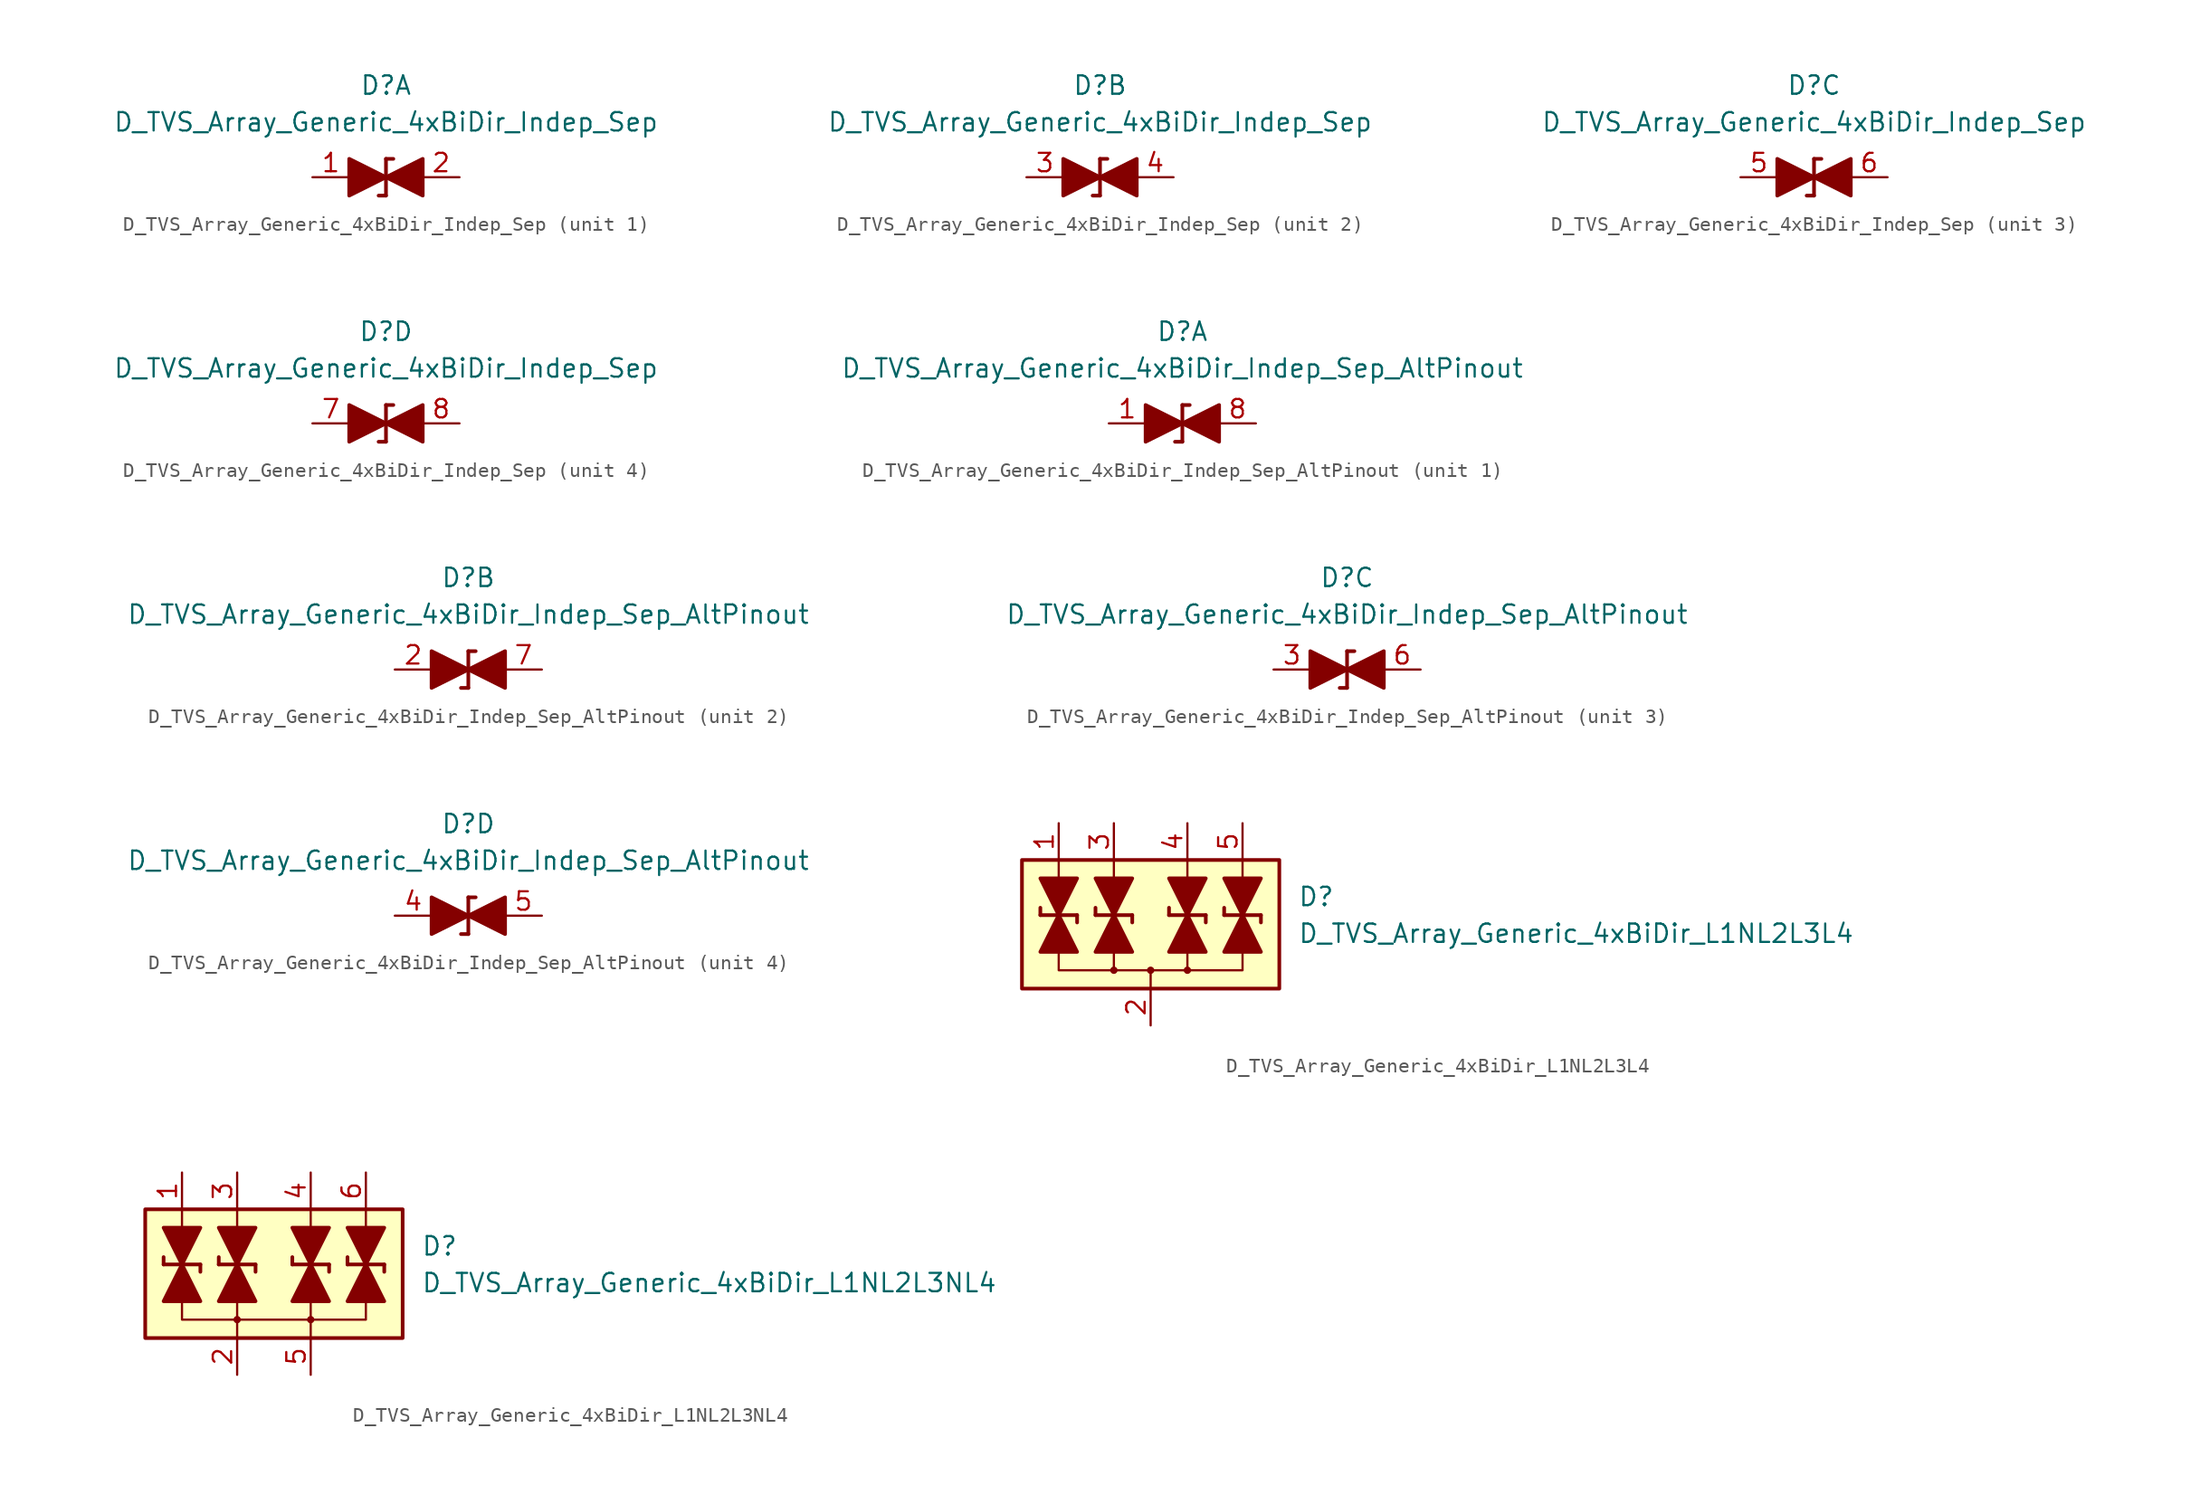
<source format=kicad_sym>
(kicad_symbol_lib
  (version 20211014)
  (generator kicad_symbol_editor)
  (symbol "D_TVS_Array_Generic_4xBiDir_Indep_Sep"
    (pin_names
      (offset 1.016) hide)
    (property "Reference" "D"
      (at 0 6.35 0)
      (effects (font (size 1.27 1.27))))
    (property "Value" "D_TVS_Array_Generic_4xBiDir_Indep_Sep"
      (at 0 3.81 0)
      (effects (font (size 1.27 1.27))))
    (property "ki_locked" ""
      (at 0 0 0)
      (effects (font (size 1.27 1.27))))
    (symbol "D_TVS_Array_Generic_4xBiDir_Indep_Sep_0_1"
      (polyline (pts (xy 0 -1.27) (xy -0.508 -1.27)) (stroke (width 0.254) (type default) (color 0 0 0 0)) (fill (type none)))
      (polyline (pts (xy 0 1.27) (xy 0 -1.27)) (stroke (width 0.254) (type default) (color 0 0 0 0)) (fill (type none)))
      (polyline (pts (xy 0 1.27) (xy 0.508 1.27)) (stroke (width 0.254) (type default) (color 0 0 0 0)) (fill (type none)))
      (polyline (pts (xy 1.27 0) (xy -1.27 0)) (stroke (width 0) (type default) (color 0 0 0 0)) (fill (type none)))
      (polyline (pts (xy 0 0) (xy -2.54 1.27) (xy -2.54 -1.27) (xy 0 0)) (stroke (width 0.254) (type default) (color 0 0 0 0)) (fill (type outline)))
      (polyline (pts (xy 2.54 1.27) (xy 2.54 -1.27) (xy 0 0) (xy 2.54 1.27)) (stroke (width 0.254) (type default) (color 0 0 0 0)) (fill (type outline))))
    (symbol "D_TVS_Array_Generic_4xBiDir_Indep_Sep_1_1"
      (pin passive line (at -5.08 0 0) (length 2.54) (name "K" (effects (font (size 1.27 1.27)))) (number "1" (effects (font (size 1.27 1.27)))))
      (pin passive line (at 5.08 0 180) (length 2.54) (name "A" (effects (font (size 1.27 1.27)))) (number "2" (effects (font (size 1.27 1.27))))))
    (symbol "D_TVS_Array_Generic_4xBiDir_Indep_Sep_2_1"
      (pin passive line (at -5.08 0 0) (length 2.54) (name "K" (effects (font (size 1.27 1.27)))) (number "3" (effects (font (size 1.27 1.27)))))
      (pin passive line (at 5.08 0 180) (length 2.54) (name "A" (effects (font (size 1.27 1.27)))) (number "4" (effects (font (size 1.27 1.27))))))
    (symbol "D_TVS_Array_Generic_4xBiDir_Indep_Sep_3_1"
      (pin passive line (at -5.08 0 0) (length 2.54) (name "K" (effects (font (size 1.27 1.27)))) (number "5" (effects (font (size 1.27 1.27)))))
      (pin passive line (at 5.08 0 180) (length 2.54) (name "A" (effects (font (size 1.27 1.27)))) (number "6" (effects (font (size 1.27 1.27))))))
    (symbol "D_TVS_Array_Generic_4xBiDir_Indep_Sep_4_1"
      (pin passive line (at -5.08 0 0) (length 2.54) (name "K" (effects (font (size 1.27 1.27)))) (number "7" (effects (font (size 1.27 1.27)))))
      (pin passive line (at 5.08 0 180) (length 2.54) (name "A" (effects (font (size 1.27 1.27)))) (number "8" (effects (font (size 1.27 1.27)))))))
  (symbol "D_TVS_Array_Generic_4xBiDir_Indep_Sep_AltPinout"
    (pin_names
      (offset 1.016) hide)
    (property "Reference" "D"
      (at 0 6.35 0)
      (effects (font (size 1.27 1.27))))
    (property "Value" "D_TVS_Array_Generic_4xBiDir_Indep_Sep_AltPinout"
      (at 0 3.81 0)
      (effects (font (size 1.27 1.27))))
    (property "ki_locked" ""
      (at 0 0 0)
      (effects (font (size 1.27 1.27))))
    (symbol "D_TVS_Array_Generic_4xBiDir_Indep_Sep_AltPinout_0_1"
      (polyline (pts (xy 0 -1.27) (xy -0.508 -1.27)) (stroke (width 0.254) (type default) (color 0 0 0 0)) (fill (type none)))
      (polyline (pts (xy 0 1.27) (xy 0 -1.27)) (stroke (width 0.254) (type default) (color 0 0 0 0)) (fill (type none)))
      (polyline (pts (xy 0 1.27) (xy 0.508 1.27)) (stroke (width 0.254) (type default) (color 0 0 0 0)) (fill (type none)))
      (polyline (pts (xy 1.27 0) (xy -1.27 0)) (stroke (width 0) (type default) (color 0 0 0 0)) (fill (type none)))
      (polyline (pts (xy 0 0) (xy -2.54 1.27) (xy -2.54 -1.27) (xy 0 0)) (stroke (width 0.254) (type default) (color 0 0 0 0)) (fill (type outline)))
      (polyline (pts (xy 2.54 1.27) (xy 2.54 -1.27) (xy 0 0) (xy 2.54 1.27)) (stroke (width 0.254) (type default) (color 0 0 0 0)) (fill (type outline))))
    (symbol "D_TVS_Array_Generic_4xBiDir_Indep_Sep_AltPinout_1_1"
      (pin passive line (at -5.08 0 0) (length 2.54) (name "K" (effects (font (size 1.27 1.27)))) (number "1" (effects (font (size 1.27 1.27)))))
      (pin passive line (at 5.08 0 180) (length 2.54) (name "A" (effects (font (size 1.27 1.27)))) (number "8" (effects (font (size 1.27 1.27))))))
    (symbol "D_TVS_Array_Generic_4xBiDir_Indep_Sep_AltPinout_2_1"
      (pin passive line (at -5.08 0 0) (length 2.54) (name "K" (effects (font (size 1.27 1.27)))) (number "2" (effects (font (size 1.27 1.27)))))
      (pin passive line (at 5.08 0 180) (length 2.54) (name "A" (effects (font (size 1.27 1.27)))) (number "7" (effects (font (size 1.27 1.27))))))
    (symbol "D_TVS_Array_Generic_4xBiDir_Indep_Sep_AltPinout_3_1"
      (pin passive line (at -5.08 0 0) (length 2.54) (name "K" (effects (font (size 1.27 1.27)))) (number "3" (effects (font (size 1.27 1.27)))))
      (pin passive line (at 5.08 0 180) (length 2.54) (name "A" (effects (font (size 1.27 1.27)))) (number "6" (effects (font (size 1.27 1.27))))))
    (symbol "D_TVS_Array_Generic_4xBiDir_Indep_Sep_AltPinout_4_1"
      (pin passive line (at -5.08 0 0) (length 2.54) (name "K" (effects (font (size 1.27 1.27)))) (number "4" (effects (font (size 1.27 1.27)))))
      (pin passive line (at 5.08 0 180) (length 2.54) (name "A" (effects (font (size 1.27 1.27)))) (number "5" (effects (font (size 1.27 1.27)))))))
  (symbol "D_TVS_Array_Generic_4xBiDir_L1NL2L3L4"
    (pin_names
      (offset 1.016) hide)
    (property "Reference" "D"
      (at 10.16 1.27 0)
      (effects (font (size 1.27 1.27)) (justify left)))
    (property "Value" "D_TVS_Array_Generic_4xBiDir_L1NL2L3L4"
      (at 10.16 -1.27 0)
      (effects (font (size 1.27 1.27)) (justify left)))
    (symbol "D_TVS_Array_Generic_4xBiDir_L1NL2L3L4_0_1"
      (rectangle (start -8.89 3.81) (end 8.89 -5.08) (stroke (width 0.254) (type default) (color 0 0 0 0)) (fill (type background)))
      (polyline (pts (xy -6.35 2.54) (xy -6.35 1.27)) (stroke (width 0) (type default) (color 0 0 0 0)) (fill (type none)))
      (polyline (pts (xy -6.35 2.54) (xy -6.35 3.81)) (stroke (width 0) (type default) (color 0 0 0 0)) (fill (type none)))
      (polyline (pts (xy -2.54 -2.54) (xy -2.54 -3.81)) (stroke (width 0) (type default) (color 0 0 0 0)) (fill (type none)))
      (polyline (pts (xy -2.54 2.54) (xy -2.54 1.27)) (stroke (width 0) (type default) (color 0 0 0 0)) (fill (type none)))
      (polyline (pts (xy -2.54 2.54) (xy -2.54 3.81)) (stroke (width 0) (type default) (color 0 0 0 0)) (fill (type none)))
      (polyline (pts (xy 0 -3.81) (xy 0 -5.08)) (stroke (width 0) (type default) (color 0 0 0 0)) (fill (type none)))
      (polyline (pts (xy 2.54 -2.54) (xy 2.54 -3.81)) (stroke (width 0) (type default) (color 0 0 0 0)) (fill (type none)))
      (polyline (pts (xy 2.54 2.54) (xy 2.54 1.27)) (stroke (width 0) (type default) (color 0 0 0 0)) (fill (type none)))
      (polyline (pts (xy 2.54 2.54) (xy 2.54 3.81)) (stroke (width 0) (type default) (color 0 0 0 0)) (fill (type none)))
      (polyline (pts (xy 6.35 2.54) (xy 6.35 1.27)) (stroke (width 0) (type default) (color 0 0 0 0)) (fill (type none)))
      (polyline (pts (xy 6.35 2.54) (xy 6.35 3.81)) (stroke (width 0) (type default) (color 0 0 0 0)) (fill (type none)))
      (polyline (pts (xy -6.35 -2.54) (xy -6.35 -3.81) (xy 6.35 -3.81) (xy 6.35 -2.54)) (stroke (width 0) (type default) (color 0 0 0 0)) (fill (type none))))
    (symbol "D_TVS_Array_Generic_4xBiDir_L1NL2L3L4_1_1"
      (circle (center -2.54 -3.81) (radius 0.178) (stroke (width 0) (type default) (color 0 0 0 0)) (fill (type outline)))
      (circle (center 0 -3.81) (radius 0.178) (stroke (width 0) (type default) (color 0 0 0 0)) (fill (type outline)))
      (polyline (pts (xy -7.62 0) (xy -7.62 0.508)) (stroke (width 0.254) (type default) (color 0 0 0 0)) (fill (type none)))
      (polyline (pts (xy -7.62 0) (xy -5.08 0)) (stroke (width 0.254) (type default) (color 0 0 0 0)) (fill (type none)))
      (polyline (pts (xy -6.35 1.27) (xy -6.35 -1.27)) (stroke (width 0) (type default) (color 0 0 0 0)) (fill (type none)))
      (polyline (pts (xy -5.08 0) (xy -5.08 -0.508)) (stroke (width 0.254) (type default) (color 0 0 0 0)) (fill (type none)))
      (polyline (pts (xy -3.81 0) (xy -3.81 0.508)) (stroke (width 0.254) (type default) (color 0 0 0 0)) (fill (type none)))
      (polyline (pts (xy -3.81 0) (xy -1.27 0)) (stroke (width 0.254) (type default) (color 0 0 0 0)) (fill (type none)))
      (polyline (pts (xy -2.54 1.27) (xy -2.54 -1.27)) (stroke (width 0) (type default) (color 0 0 0 0)) (fill (type none)))
      (polyline (pts (xy -1.27 0) (xy -1.27 -0.508)) (stroke (width 0.254) (type default) (color 0 0 0 0)) (fill (type none)))
      (polyline (pts (xy 1.27 0) (xy 1.27 0.508)) (stroke (width 0.254) (type default) (color 0 0 0 0)) (fill (type none)))
      (polyline (pts (xy 1.27 0) (xy 3.81 0)) (stroke (width 0.254) (type default) (color 0 0 0 0)) (fill (type none)))
      (polyline (pts (xy 2.54 1.27) (xy 2.54 -1.27)) (stroke (width 0) (type default) (color 0 0 0 0)) (fill (type none)))
      (polyline (pts (xy 3.81 0) (xy 3.81 -0.508)) (stroke (width 0.254) (type default) (color 0 0 0 0)) (fill (type none)))
      (polyline (pts (xy 5.08 0) (xy 5.08 0.508)) (stroke (width 0.254) (type default) (color 0 0 0 0)) (fill (type none)))
      (polyline (pts (xy 5.08 0) (xy 7.62 0)) (stroke (width 0.254) (type default) (color 0 0 0 0)) (fill (type none)))
      (polyline (pts (xy 6.35 1.27) (xy 6.35 -1.27)) (stroke (width 0) (type default) (color 0 0 0 0)) (fill (type none)))
      (polyline (pts (xy 7.62 0) (xy 7.62 -0.508)) (stroke (width 0.254) (type default) (color 0 0 0 0)) (fill (type none)))
      (polyline (pts (xy -7.62 2.54) (xy -5.08 2.54) (xy -6.35 0) (xy -7.62 2.54)) (stroke (width 0.254) (type default) (color 0 0 0 0)) (fill (type outline)))
      (polyline (pts (xy -6.35 0) (xy -7.62 -2.54) (xy -5.08 -2.54) (xy -6.35 0)) (stroke (width 0.254) (type default) (color 0 0 0 0)) (fill (type outline)))
      (polyline (pts (xy -3.81 2.54) (xy -1.27 2.54) (xy -2.54 0) (xy -3.81 2.54)) (stroke (width 0.254) (type default) (color 0 0 0 0)) (fill (type outline)))
      (polyline (pts (xy -2.54 0) (xy -3.81 -2.54) (xy -1.27 -2.54) (xy -2.54 0)) (stroke (width 0.254) (type default) (color 0 0 0 0)) (fill (type outline)))
      (polyline (pts (xy 1.27 2.54) (xy 3.81 2.54) (xy 2.54 0) (xy 1.27 2.54)) (stroke (width 0.254) (type default) (color 0 0 0 0)) (fill (type outline)))
      (polyline (pts (xy 2.54 0) (xy 1.27 -2.54) (xy 3.81 -2.54) (xy 2.54 0)) (stroke (width 0.254) (type default) (color 0 0 0 0)) (fill (type outline)))
      (polyline (pts (xy 5.08 2.54) (xy 7.62 2.54) (xy 6.35 0) (xy 5.08 2.54)) (stroke (width 0.254) (type default) (color 0 0 0 0)) (fill (type outline)))
      (polyline (pts (xy 6.35 0) (xy 5.08 -2.54) (xy 7.62 -2.54) (xy 6.35 0)) (stroke (width 0.254) (type default) (color 0 0 0 0)) (fill (type outline)))
      (circle (center 2.54 -3.81) (radius 0.178) (stroke (width 0) (type default) (color 0 0 0 0)) (fill (type outline)))
      (pin passive line (at -6.35 6.35 270) (length 2.54) (name "L1" (effects (font (size 1.27 1.27)))) (number "1" (effects (font (size 1.27 1.27)))))
      (pin passive line (at 0 -7.62 90) (length 2.54) (name "VN" (effects (font (size 1.27 1.27)))) (number "2" (effects (font (size 1.27 1.27)))))
      (pin passive line (at -2.54 6.35 270) (length 2.54) (name "L2" (effects (font (size 1.27 1.27)))) (number "3" (effects (font (size 1.27 1.27)))))
      (pin passive line (at 2.54 6.35 270) (length 2.54) (name "L3" (effects (font (size 1.27 1.27)))) (number "4" (effects (font (size 1.27 1.27)))))
      (pin passive line (at 6.35 6.35 270) (length 2.54) (name "L4" (effects (font (size 1.27 1.27)))) (number "5" (effects (font (size 1.27 1.27)))))))
  (symbol "D_TVS_Array_Generic_4xBiDir_L1NL2L3NL4"
    (pin_names
      (offset 1.016) hide)
    (property "Reference" "D"
      (at 10.16 1.27 0)
      (effects (font (size 1.27 1.27)) (justify left)))
    (property "Value" "D_TVS_Array_Generic_4xBiDir_L1NL2L3NL4"
      (at 10.16 -1.27 0)
      (effects (font (size 1.27 1.27)) (justify left)))
    (symbol "D_TVS_Array_Generic_4xBiDir_L1NL2L3NL4_0_1"
      (rectangle (start -8.89 3.81) (end 8.89 -5.08) (stroke (width 0.254) (type default) (color 0 0 0 0)) (fill (type background)))
      (polyline (pts (xy -6.35 2.54) (xy -6.35 1.27)) (stroke (width 0) (type default) (color 0 0 0 0)) (fill (type none)))
      (polyline (pts (xy -6.35 2.54) (xy -6.35 3.81)) (stroke (width 0) (type default) (color 0 0 0 0)) (fill (type none)))
      (polyline (pts (xy -2.54 -5.08) (xy -2.54 -3.81)) (stroke (width 0) (type default) (color 0 0 0 0)) (fill (type none)))
      (polyline (pts (xy -2.54 -2.54) (xy -2.54 -3.81)) (stroke (width 0) (type default) (color 0 0 0 0)) (fill (type none)))
      (polyline (pts (xy -2.54 2.54) (xy -2.54 1.27)) (stroke (width 0) (type default) (color 0 0 0 0)) (fill (type none)))
      (polyline (pts (xy -2.54 2.54) (xy -2.54 3.81)) (stroke (width 0) (type default) (color 0 0 0 0)) (fill (type none)))
      (polyline (pts (xy 2.54 -5.08) (xy 2.54 -3.81)) (stroke (width 0) (type default) (color 0 0 0 0)) (fill (type none)))
      (polyline (pts (xy 2.54 -2.54) (xy 2.54 -3.81)) (stroke (width 0) (type default) (color 0 0 0 0)) (fill (type none)))
      (polyline (pts (xy 2.54 2.54) (xy 2.54 1.27)) (stroke (width 0) (type default) (color 0 0 0 0)) (fill (type none)))
      (polyline (pts (xy 2.54 2.54) (xy 2.54 3.81)) (stroke (width 0) (type default) (color 0 0 0 0)) (fill (type none)))
      (polyline (pts (xy 6.35 2.54) (xy 6.35 1.27)) (stroke (width 0) (type default) (color 0 0 0 0)) (fill (type none)))
      (polyline (pts (xy 6.35 2.54) (xy 6.35 3.81)) (stroke (width 0) (type default) (color 0 0 0 0)) (fill (type none)))
      (polyline (pts (xy -6.35 -2.54) (xy -6.35 -3.81) (xy 6.35 -3.81) (xy 6.35 -2.54)) (stroke (width 0) (type default) (color 0 0 0 0)) (fill (type none))))
    (symbol "D_TVS_Array_Generic_4xBiDir_L1NL2L3NL4_1_1"
      (circle (center -2.54 -3.81) (radius 0.178) (stroke (width 0) (type default) (color 0 0 0 0)) (fill (type outline)))
      (polyline (pts (xy -7.62 0) (xy -7.62 0.508)) (stroke (width 0.254) (type default) (color 0 0 0 0)) (fill (type none)))
      (polyline (pts (xy -7.62 0) (xy -5.08 0)) (stroke (width 0.254) (type default) (color 0 0 0 0)) (fill (type none)))
      (polyline (pts (xy -6.35 1.27) (xy -6.35 -1.27)) (stroke (width 0) (type default) (color 0 0 0 0)) (fill (type none)))
      (polyline (pts (xy -5.08 0) (xy -5.08 -0.508)) (stroke (width 0.254) (type default) (color 0 0 0 0)) (fill (type none)))
      (polyline (pts (xy -3.81 0) (xy -3.81 0.508)) (stroke (width 0.254) (type default) (color 0 0 0 0)) (fill (type none)))
      (polyline (pts (xy -3.81 0) (xy -1.27 0)) (stroke (width 0.254) (type default) (color 0 0 0 0)) (fill (type none)))
      (polyline (pts (xy -2.54 1.27) (xy -2.54 -1.27)) (stroke (width 0) (type default) (color 0 0 0 0)) (fill (type none)))
      (polyline (pts (xy -1.27 0) (xy -1.27 -0.508)) (stroke (width 0.254) (type default) (color 0 0 0 0)) (fill (type none)))
      (polyline (pts (xy 1.27 0) (xy 1.27 0.508)) (stroke (width 0.254) (type default) (color 0 0 0 0)) (fill (type none)))
      (polyline (pts (xy 1.27 0) (xy 3.81 0)) (stroke (width 0.254) (type default) (color 0 0 0 0)) (fill (type none)))
      (polyline (pts (xy 2.54 1.27) (xy 2.54 -1.27)) (stroke (width 0) (type default) (color 0 0 0 0)) (fill (type none)))
      (polyline (pts (xy 3.81 0) (xy 3.81 -0.508)) (stroke (width 0.254) (type default) (color 0 0 0 0)) (fill (type none)))
      (polyline (pts (xy 5.08 0) (xy 5.08 0.508)) (stroke (width 0.254) (type default) (color 0 0 0 0)) (fill (type none)))
      (polyline (pts (xy 5.08 0) (xy 7.62 0)) (stroke (width 0.254) (type default) (color 0 0 0 0)) (fill (type none)))
      (polyline (pts (xy 6.35 1.27) (xy 6.35 -1.27)) (stroke (width 0) (type default) (color 0 0 0 0)) (fill (type none)))
      (polyline (pts (xy 7.62 0) (xy 7.62 -0.508)) (stroke (width 0.254) (type default) (color 0 0 0 0)) (fill (type none)))
      (polyline (pts (xy -7.62 2.54) (xy -5.08 2.54) (xy -6.35 0) (xy -7.62 2.54)) (stroke (width 0.254) (type default) (color 0 0 0 0)) (fill (type outline)))
      (polyline (pts (xy -6.35 0) (xy -7.62 -2.54) (xy -5.08 -2.54) (xy -6.35 0)) (stroke (width 0.254) (type default) (color 0 0 0 0)) (fill (type outline)))
      (polyline (pts (xy -3.81 2.54) (xy -1.27 2.54) (xy -2.54 0) (xy -3.81 2.54)) (stroke (width 0.254) (type default) (color 0 0 0 0)) (fill (type outline)))
      (polyline (pts (xy -2.54 0) (xy -3.81 -2.54) (xy -1.27 -2.54) (xy -2.54 0)) (stroke (width 0.254) (type default) (color 0 0 0 0)) (fill (type outline)))
      (polyline (pts (xy 1.27 2.54) (xy 3.81 2.54) (xy 2.54 0) (xy 1.27 2.54)) (stroke (width 0.254) (type default) (color 0 0 0 0)) (fill (type outline)))
      (polyline (pts (xy 2.54 0) (xy 1.27 -2.54) (xy 3.81 -2.54) (xy 2.54 0)) (stroke (width 0.254) (type default) (color 0 0 0 0)) (fill (type outline)))
      (polyline (pts (xy 5.08 2.54) (xy 7.62 2.54) (xy 6.35 0) (xy 5.08 2.54)) (stroke (width 0.254) (type default) (color 0 0 0 0)) (fill (type outline)))
      (polyline (pts (xy 6.35 0) (xy 5.08 -2.54) (xy 7.62 -2.54) (xy 6.35 0)) (stroke (width 0.254) (type default) (color 0 0 0 0)) (fill (type outline)))
      (circle (center 2.54 -3.81) (radius 0.178) (stroke (width 0) (type default) (color 0 0 0 0)) (fill (type outline)))
      (pin passive line (at -6.35 6.35 270) (length 2.54) (name "L1" (effects (font (size 1.27 1.27)))) (number "1" (effects (font (size 1.27 1.27)))))
      (pin passive line (at -2.54 -7.62 90) (length 2.54) (name "VN" (effects (font (size 1.27 1.27)))) (number "2" (effects (font (size 1.27 1.27)))))
      (pin passive line (at -2.54 6.35 270) (length 2.54) (name "L2" (effects (font (size 1.27 1.27)))) (number "3" (effects (font (size 1.27 1.27)))))
      (pin passive line (at 2.54 6.35 270) (length 2.54) (name "L3" (effects (font (size 1.27 1.27)))) (number "4" (effects (font (size 1.27 1.27)))))
      (pin passive line (at 2.54 -7.62 90) (length 2.54) (name "VN" (effects (font (size 1.27 1.27)))) (number "5" (effects (font (size 1.27 1.27)))))
      (pin passive line (at 6.35 6.35 270) (length 2.54) (name "L4" (effects (font (size 1.27 1.27)))) (number "6" (effects (font (size 1.27 1.27))))))))
</source>
